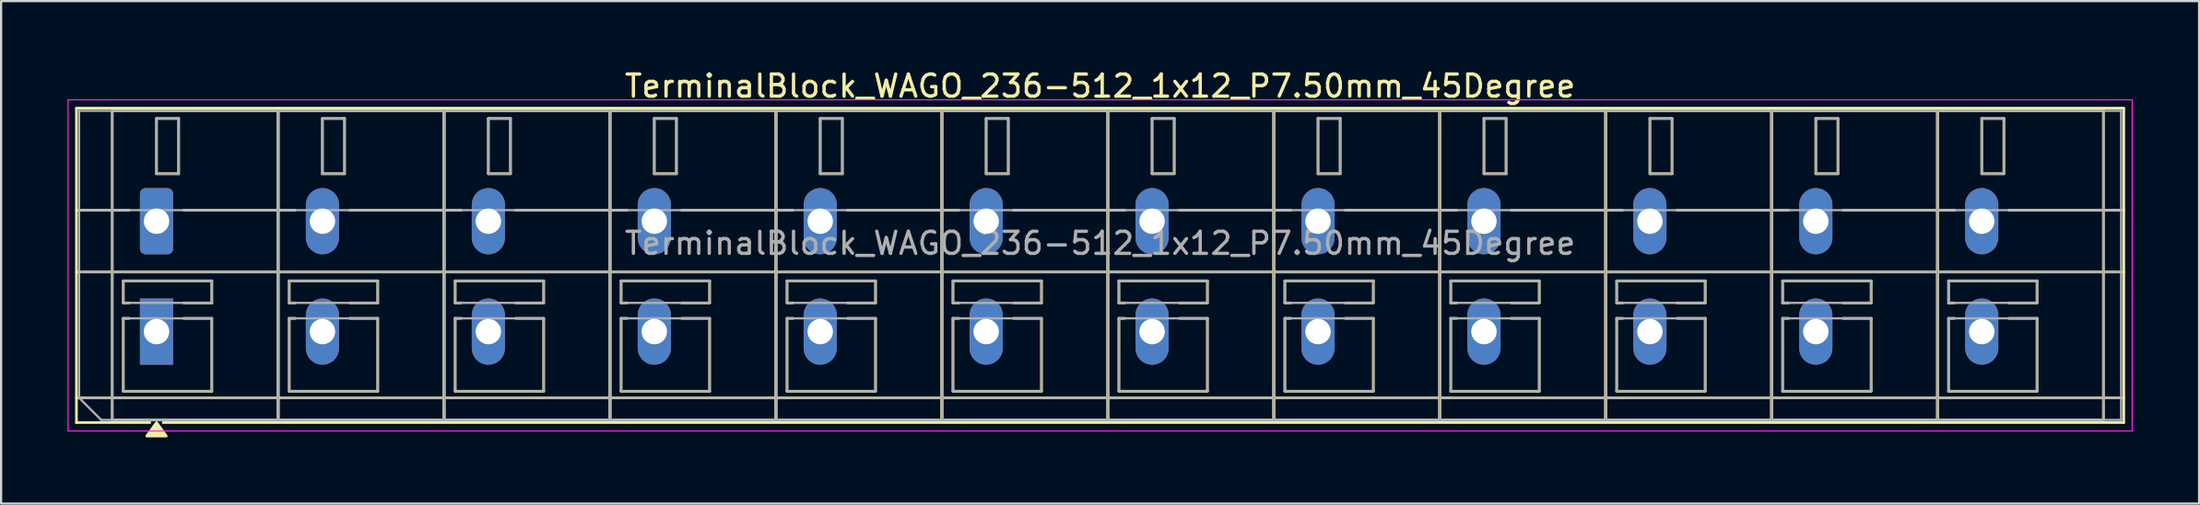
<source format=kicad_pcb>
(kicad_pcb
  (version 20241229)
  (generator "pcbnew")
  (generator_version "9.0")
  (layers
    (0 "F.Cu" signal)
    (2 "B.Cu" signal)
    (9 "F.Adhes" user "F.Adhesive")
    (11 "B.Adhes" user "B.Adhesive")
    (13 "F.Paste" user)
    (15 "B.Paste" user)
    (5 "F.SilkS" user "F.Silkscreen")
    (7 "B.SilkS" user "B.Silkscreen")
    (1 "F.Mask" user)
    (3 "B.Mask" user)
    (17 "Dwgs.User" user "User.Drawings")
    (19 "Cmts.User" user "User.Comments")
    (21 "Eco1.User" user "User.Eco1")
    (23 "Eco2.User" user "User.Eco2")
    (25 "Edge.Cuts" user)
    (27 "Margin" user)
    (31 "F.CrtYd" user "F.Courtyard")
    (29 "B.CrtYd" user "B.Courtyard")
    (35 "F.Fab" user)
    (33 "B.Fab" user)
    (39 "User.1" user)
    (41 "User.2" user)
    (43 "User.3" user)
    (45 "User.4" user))
  (footprint "TerminalBlock_WAGO_236-512_1x12_P7.50mm_45Degree"
    (layer "F.Cu")
    (at 4.025 6.968)
    (property "Reference" "TerminalBlock_WAGO_236-512_1x12_P7.50mm_45Degree" (at 42.65 -6.12 0) (layer "F.SilkS") (effects (font (size 1 1) (thickness 0.15))))
    (attr through_hole)
    (fp_line (start -3.62 -5.12) (end -3.62 9.12) (stroke (width 0.12) (type solid)) (layer "F.SilkS"))
    (fp_line (start -3.62 -5.12) (end 88.92 -5.12) (stroke (width 0.12) (type solid)) (layer "F.SilkS"))
    (fp_line (start -3.62 -0.5) (end -1.23 -0.5) (stroke (width 0.12) (type solid)) (layer "F.SilkS"))
    (fp_line (start -3.62 2.3) (end 88.92 2.3) (stroke (width 0.12) (type solid)) (layer "F.SilkS"))
    (fp_line (start -3.62 8) (end 88.92 8) (stroke (width 0.12) (type solid)) (layer "F.SilkS"))
    (fp_line (start -3.62 9.12) (end -0.3 9.12) (stroke (width 0.12) (type solid)) (layer "F.SilkS"))
    (fp_line (start -2 -5) (end -2 9) (stroke (width 0.12) (type solid)) (layer "F.SilkS"))
    (fp_line (start -2 -5) (end 5.5 -5) (stroke (width 0.12) (type solid)) (layer "F.SilkS"))
    (fp_line (start -2 9) (end 5.5 9) (stroke (width 0.12) (type solid)) (layer "F.SilkS"))
    (fp_line (start -1.5 2.7) (end -1.5 3.7) (stroke (width 0.12) (type solid)) (layer "F.SilkS"))
    (fp_line (start -1.5 2.7) (end 2.5 2.7) (stroke (width 0.12) (type solid)) (layer "F.SilkS"))
    (fp_line (start -1.5 3.7) (end -1.23 3.7) (stroke (width 0.12) (type solid)) (layer "F.SilkS"))
    (fp_line (start -1.5 4.4) (end -1.5 7.7) (stroke (width 0.12) (type solid)) (layer "F.SilkS"))
    (fp_line (start -1.5 4.4) (end -1.23 4.4) (stroke (width 0.12) (type solid)) (layer "F.SilkS"))
    (fp_line (start -1.5 7.7) (end 2.5 7.7) (stroke (width 0.12) (type solid)) (layer "F.SilkS"))
    (fp_line (start 0 -4.65) (end 0 -2.15) (stroke (width 0.12) (type solid)) (layer "F.SilkS"))
    (fp_line (start 0 -4.65) (end 1 -4.65) (stroke (width 0.12) (type solid)) (layer "F.SilkS"))
    (fp_line (start 0 -2.15) (end 1 -2.15) (stroke (width 0.12) (type solid)) (layer "F.SilkS"))
    (fp_line (start 0.3 9.12) (end 88.92 9.12) (stroke (width 0.12) (type solid)) (layer "F.SilkS"))
    (fp_line (start 1 -4.65) (end 1 -2.15) (stroke (width 0.12) (type solid)) (layer "F.SilkS"))
    (fp_line (start 1.23 -0.5) (end 6.27 -0.5) (stroke (width 0.12) (type solid)) (layer "F.SilkS"))
    (fp_line (start 1.23 3.7) (end 2.5 3.7) (stroke (width 0.12) (type solid)) (layer "F.SilkS"))
    (fp_line (start 1.23 4.4) (end 2.5 4.4) (stroke (width 0.12) (type solid)) (layer "F.SilkS"))
    (fp_line (start 2.5 2.7) (end 2.5 3.7) (stroke (width 0.12) (type solid)) (layer "F.SilkS"))
    (fp_line (start 2.5 4.4) (end 2.5 7.7) (stroke (width 0.12) (type solid)) (layer "F.SilkS"))
    (fp_line (start 5.5 -5) (end 5.5 9) (stroke (width 0.12) (type solid)) (layer "F.SilkS"))
    (fp_line (start 5.5 -5) (end 5.5 9) (stroke (width 0.12) (type solid)) (layer "F.SilkS"))
    (fp_line (start 5.5 -5) (end 13 -5) (stroke (width 0.12) (type solid)) (layer "F.SilkS"))
    (fp_line (start 5.5 9) (end 13 9) (stroke (width 0.12) (type solid)) (layer "F.SilkS"))
    (fp_line (start 6 2.7) (end 6 3.7) (stroke (width 0.12) (type solid)) (layer "F.SilkS"))
    (fp_line (start 6 2.7) (end 10 2.7) (stroke (width 0.12) (type solid)) (layer "F.SilkS"))
    (fp_line (start 6 3.7) (end 6.27 3.7) (stroke (width 0.12) (type solid)) (layer "F.SilkS"))
    (fp_line (start 6 4.4) (end 6 7.7) (stroke (width 0.12) (type solid)) (layer "F.SilkS"))
    (fp_line (start 6 4.4) (end 6.27 4.4) (stroke (width 0.12) (type solid)) (layer "F.SilkS"))
    (fp_line (start 6 7.7) (end 10 7.7) (stroke (width 0.12) (type solid)) (layer "F.SilkS"))
    (fp_line (start 7.5 -4.65) (end 7.5 -2.15) (stroke (width 0.12) (type solid)) (layer "F.SilkS"))
    (fp_line (start 7.5 -4.65) (end 8.5 -4.65) (stroke (width 0.12) (type solid)) (layer "F.SilkS"))
    (fp_line (start 7.5 -2.15) (end 8.5 -2.15) (stroke (width 0.12) (type solid)) (layer "F.SilkS"))
    (fp_line (start 8.5 -4.65) (end 8.5 -2.15) (stroke (width 0.12) (type solid)) (layer "F.SilkS"))
    (fp_line (start 8.73 -0.5) (end 13.77 -0.5) (stroke (width 0.12) (type solid)) (layer "F.SilkS"))
    (fp_line (start 8.73 3.7) (end 10 3.7) (stroke (width 0.12) (type solid)) (layer "F.SilkS"))
    (fp_line (start 8.73 4.4) (end 10 4.4) (stroke (width 0.12) (type solid)) (layer "F.SilkS"))
    (fp_line (start 10 2.7) (end 10 3.7) (stroke (width 0.12) (type solid)) (layer "F.SilkS"))
    (fp_line (start 10 4.4) (end 10 7.7) (stroke (width 0.12) (type solid)) (layer "F.SilkS"))
    (fp_line (start 13 -5) (end 13 9) (stroke (width 0.12) (type solid)) (layer "F.SilkS"))
    (fp_line (start 13 -5) (end 13 9) (stroke (width 0.12) (type solid)) (layer "F.SilkS"))
    (fp_line (start 13 -5) (end 20.5 -5) (stroke (width 0.12) (type solid)) (layer "F.SilkS"))
    (fp_line (start 13 9) (end 20.5 9) (stroke (width 0.12) (type solid)) (layer "F.SilkS"))
    (fp_line (start 13.5 2.7) (end 13.5 3.7) (stroke (width 0.12) (type solid)) (layer "F.SilkS"))
    (fp_line (start 13.5 2.7) (end 17.5 2.7) (stroke (width 0.12) (type solid)) (layer "F.SilkS"))
    (fp_line (start 13.5 3.7) (end 13.77 3.7) (stroke (width 0.12) (type solid)) (layer "F.SilkS"))
    (fp_line (start 13.5 4.4) (end 13.5 7.7) (stroke (width 0.12) (type solid)) (layer "F.SilkS"))
    (fp_line (start 13.5 4.4) (end 13.77 4.4) (stroke (width 0.12) (type solid)) (layer "F.SilkS"))
    (fp_line (start 13.5 7.7) (end 17.5 7.7) (stroke (width 0.12) (type solid)) (layer "F.SilkS"))
    (fp_line (start 15 -4.65) (end 15 -2.15) (stroke (width 0.12) (type solid)) (layer "F.SilkS"))
    (fp_line (start 15 -4.65) (end 16 -4.65) (stroke (width 0.12) (type solid)) (layer "F.SilkS"))
    (fp_line (start 15 -2.15) (end 16 -2.15) (stroke (width 0.12) (type solid)) (layer "F.SilkS"))
    (fp_line (start 16 -4.65) (end 16 -2.15) (stroke (width 0.12) (type solid)) (layer "F.SilkS"))
    (fp_line (start 16.23 -0.5) (end 21.27 -0.5) (stroke (width 0.12) (type solid)) (layer "F.SilkS"))
    (fp_line (start 16.23 3.7) (end 17.5 3.7) (stroke (width 0.12) (type solid)) (layer "F.SilkS"))
    (fp_line (start 16.23 4.4) (end 17.5 4.4) (stroke (width 0.12) (type solid)) (layer "F.SilkS"))
    (fp_line (start 17.5 2.7) (end 17.5 3.7) (stroke (width 0.12) (type solid)) (layer "F.SilkS"))
    (fp_line (start 17.5 4.4) (end 17.5 7.7) (stroke (width 0.12) (type solid)) (layer "F.SilkS"))
    (fp_line (start 20.5 -5) (end 20.5 9) (stroke (width 0.12) (type solid)) (layer "F.SilkS"))
    (fp_line (start 20.5 -5) (end 20.5 9) (stroke (width 0.12) (type solid)) (layer "F.SilkS"))
    (fp_line (start 20.5 -5) (end 28 -5) (stroke (width 0.12) (type solid)) (layer "F.SilkS"))
    (fp_line (start 20.5 9) (end 28 9) (stroke (width 0.12) (type solid)) (layer "F.SilkS"))
    (fp_line (start 21 2.7) (end 21 3.7) (stroke (width 0.12) (type solid)) (layer "F.SilkS"))
    (fp_line (start 21 2.7) (end 25 2.7) (stroke (width 0.12) (type solid)) (layer "F.SilkS"))
    (fp_line (start 21 3.7) (end 21.27 3.7) (stroke (width 0.12) (type solid)) (layer "F.SilkS"))
    (fp_line (start 21 4.4) (end 21 7.7) (stroke (width 0.12) (type solid)) (layer "F.SilkS"))
    (fp_line (start 21 4.4) (end 21.27 4.4) (stroke (width 0.12) (type solid)) (layer "F.SilkS"))
    (fp_line (start 21 7.7) (end 25 7.7) (stroke (width 0.12) (type solid)) (layer "F.SilkS"))
    (fp_line (start 22.5 -4.65) (end 22.5 -2.15) (stroke (width 0.12) (type solid)) (layer "F.SilkS"))
    (fp_line (start 22.5 -4.65) (end 23.5 -4.65) (stroke (width 0.12) (type solid)) (layer "F.SilkS"))
    (fp_line (start 22.5 -2.15) (end 23.5 -2.15) (stroke (width 0.12) (type solid)) (layer "F.SilkS"))
    (fp_line (start 23.5 -4.65) (end 23.5 -2.15) (stroke (width 0.12) (type solid)) (layer "F.SilkS"))
    (fp_line (start 23.73 -0.5) (end 28.77 -0.5) (stroke (width 0.12) (type solid)) (layer "F.SilkS"))
    (fp_line (start 23.73 3.7) (end 25 3.7) (stroke (width 0.12) (type solid)) (layer "F.SilkS"))
    (fp_line (start 23.73 4.4) (end 25 4.4) (stroke (width 0.12) (type solid)) (layer "F.SilkS"))
    (fp_line (start 25 2.7) (end 25 3.7) (stroke (width 0.12) (type solid)) (layer "F.SilkS"))
    (fp_line (start 25 4.4) (end 25 7.7) (stroke (width 0.12) (type solid)) (layer "F.SilkS"))
    (fp_line (start 28 -5) (end 28 9) (stroke (width 0.12) (type solid)) (layer "F.SilkS"))
    (fp_line (start 28 -5) (end 28 9) (stroke (width 0.12) (type solid)) (layer "F.SilkS"))
    (fp_line (start 28 -5) (end 35.5 -5) (stroke (width 0.12) (type solid)) (layer "F.SilkS"))
    (fp_line (start 28 9) (end 35.5 9) (stroke (width 0.12) (type solid)) (layer "F.SilkS"))
    (fp_line (start 28.5 2.7) (end 28.5 3.7) (stroke (width 0.12) (type solid)) (layer "F.SilkS"))
    (fp_line (start 28.5 2.7) (end 32.5 2.7) (stroke (width 0.12) (type solid)) (layer "F.SilkS"))
    (fp_line (start 28.5 3.7) (end 28.77 3.7) (stroke (width 0.12) (type solid)) (layer "F.SilkS"))
    (fp_line (start 28.5 4.4) (end 28.5 7.7) (stroke (width 0.12) (type solid)) (layer "F.SilkS"))
    (fp_line (start 28.5 4.4) (end 28.77 4.4) (stroke (width 0.12) (type solid)) (layer "F.SilkS"))
    (fp_line (start 28.5 7.7) (end 32.5 7.7) (stroke (width 0.12) (type solid)) (layer "F.SilkS"))
    (fp_line (start 30 -4.65) (end 30 -2.15) (stroke (width 0.12) (type solid)) (layer "F.SilkS"))
    (fp_line (start 30 -4.65) (end 31 -4.65) (stroke (width 0.12) (type solid)) (layer "F.SilkS"))
    (fp_line (start 30 -2.15) (end 31 -2.15) (stroke (width 0.12) (type solid)) (layer "F.SilkS"))
    (fp_line (start 31 -4.65) (end 31 -2.15) (stroke (width 0.12) (type solid)) (layer "F.SilkS"))
    (fp_line (start 31.23 -0.5) (end 36.27 -0.5) (stroke (width 0.12) (type solid)) (layer "F.SilkS"))
    (fp_line (start 31.23 3.7) (end 32.5 3.7) (stroke (width 0.12) (type solid)) (layer "F.SilkS"))
    (fp_line (start 31.23 4.4) (end 32.5 4.4) (stroke (width 0.12) (type solid)) (layer "F.SilkS"))
    (fp_line (start 32.5 2.7) (end 32.5 3.7) (stroke (width 0.12) (type solid)) (layer "F.SilkS"))
    (fp_line (start 32.5 4.4) (end 32.5 7.7) (stroke (width 0.12) (type solid)) (layer "F.SilkS"))
    (fp_line (start 35.5 -5) (end 35.5 9) (stroke (width 0.12) (type solid)) (layer "F.SilkS"))
    (fp_line (start 35.5 -5) (end 35.5 9) (stroke (width 0.12) (type solid)) (layer "F.SilkS"))
    (fp_line (start 35.5 -5) (end 43 -5) (stroke (width 0.12) (type solid)) (layer "F.SilkS"))
    (fp_line (start 35.5 9) (end 43 9) (stroke (width 0.12) (type solid)) (layer "F.SilkS"))
    (fp_line (start 36 2.7) (end 36 3.7) (stroke (width 0.12) (type solid)) (layer "F.SilkS"))
    (fp_line (start 36 2.7) (end 40 2.7) (stroke (width 0.12) (type solid)) (layer "F.SilkS"))
    (fp_line (start 36 3.7) (end 36.27 3.7) (stroke (width 0.12) (type solid)) (layer "F.SilkS"))
    (fp_line (start 36 4.4) (end 36 7.7) (stroke (width 0.12) (type solid)) (layer "F.SilkS"))
    (fp_line (start 36 4.4) (end 36.27 4.4) (stroke (width 0.12) (type solid)) (layer "F.SilkS"))
    (fp_line (start 36 7.7) (end 40 7.7) (stroke (width 0.12) (type solid)) (layer "F.SilkS"))
    (fp_line (start 37.5 -4.65) (end 37.5 -2.15) (stroke (width 0.12) (type solid)) (layer "F.SilkS"))
    (fp_line (start 37.5 -4.65) (end 38.5 -4.65) (stroke (width 0.12) (type solid)) (layer "F.SilkS"))
    (fp_line (start 37.5 -2.15) (end 38.5 -2.15) (stroke (width 0.12) (type solid)) (layer "F.SilkS"))
    (fp_line (start 38.5 -4.65) (end 38.5 -2.15) (stroke (width 0.12) (type solid)) (layer "F.SilkS"))
    (fp_line (start 38.73 -0.5) (end 43.77 -0.5) (stroke (width 0.12) (type solid)) (layer "F.SilkS"))
    (fp_line (start 38.73 3.7) (end 40 3.7) (stroke (width 0.12) (type solid)) (layer "F.SilkS"))
    (fp_line (start 38.73 4.4) (end 40 4.4) (stroke (width 0.12) (type solid)) (layer "F.SilkS"))
    (fp_line (start 40 2.7) (end 40 3.7) (stroke (width 0.12) (type solid)) (layer "F.SilkS"))
    (fp_line (start 40 4.4) (end 40 7.7) (stroke (width 0.12) (type solid)) (layer "F.SilkS"))
    (fp_line (start 43 -5) (end 43 9) (stroke (width 0.12) (type solid)) (layer "F.SilkS"))
    (fp_line (start 43 -5) (end 43 9) (stroke (width 0.12) (type solid)) (layer "F.SilkS"))
    (fp_line (start 43 -5) (end 50.5 -5) (stroke (width 0.12) (type solid)) (layer "F.SilkS"))
    (fp_line (start 43 9) (end 50.5 9) (stroke (width 0.12) (type solid)) (layer "F.SilkS"))
    (fp_line (start 43.5 2.7) (end 43.5 3.7) (stroke (width 0.12) (type solid)) (layer "F.SilkS"))
    (fp_line (start 43.5 2.7) (end 47.5 2.7) (stroke (width 0.12) (type solid)) (layer "F.SilkS"))
    (fp_line (start 43.5 3.7) (end 43.77 3.7) (stroke (width 0.12) (type solid)) (layer "F.SilkS"))
    (fp_line (start 43.5 4.4) (end 43.5 7.7) (stroke (width 0.12) (type solid)) (layer "F.SilkS"))
    (fp_line (start 43.5 4.4) (end 43.77 4.4) (stroke (width 0.12) (type solid)) (layer "F.SilkS"))
    (fp_line (start 43.5 7.7) (end 47.5 7.7) (stroke (width 0.12) (type solid)) (layer "F.SilkS"))
    (fp_line (start 45 -4.65) (end 45 -2.15) (stroke (width 0.12) (type solid)) (layer "F.SilkS"))
    (fp_line (start 45 -4.65) (end 46 -4.65) (stroke (width 0.12) (type solid)) (layer "F.SilkS"))
    (fp_line (start 45 -2.15) (end 46 -2.15) (stroke (width 0.12) (type solid)) (layer "F.SilkS"))
    (fp_line (start 46 -4.65) (end 46 -2.15) (stroke (width 0.12) (type solid)) (layer "F.SilkS"))
    (fp_line (start 46.23 -0.5) (end 51.27 -0.5) (stroke (width 0.12) (type solid)) (layer "F.SilkS"))
    (fp_line (start 46.23 3.7) (end 47.5 3.7) (stroke (width 0.12) (type solid)) (layer "F.SilkS"))
    (fp_line (start 46.23 4.4) (end 47.5 4.4) (stroke (width 0.12) (type solid)) (layer "F.SilkS"))
    (fp_line (start 47.5 2.7) (end 47.5 3.7) (stroke (width 0.12) (type solid)) (layer "F.SilkS"))
    (fp_line (start 47.5 4.4) (end 47.5 7.7) (stroke (width 0.12) (type solid)) (layer "F.SilkS"))
    (fp_line (start 50.5 -5) (end 50.5 9) (stroke (width 0.12) (type solid)) (layer "F.SilkS"))
    (fp_line (start 50.5 -5) (end 50.5 9) (stroke (width 0.12) (type solid)) (layer "F.SilkS"))
    (fp_line (start 50.5 -5) (end 58 -5) (stroke (width 0.12) (type solid)) (layer "F.SilkS"))
    (fp_line (start 50.5 9) (end 58 9) (stroke (width 0.12) (type solid)) (layer "F.SilkS"))
    (fp_line (start 51 2.7) (end 51 3.7) (stroke (width 0.12) (type solid)) (layer "F.SilkS"))
    (fp_line (start 51 2.7) (end 55 2.7) (stroke (width 0.12) (type solid)) (layer "F.SilkS"))
    (fp_line (start 51 3.7) (end 51.27 3.7) (stroke (width 0.12) (type solid)) (layer "F.SilkS"))
    (fp_line (start 51 4.4) (end 51 7.7) (stroke (width 0.12) (type solid)) (layer "F.SilkS"))
    (fp_line (start 51 4.4) (end 51.27 4.4) (stroke (width 0.12) (type solid)) (layer "F.SilkS"))
    (fp_line (start 51 7.7) (end 55 7.7) (stroke (width 0.12) (type solid)) (layer "F.SilkS"))
    (fp_line (start 52.5 -4.65) (end 52.5 -2.15) (stroke (width 0.12) (type solid)) (layer "F.SilkS"))
    (fp_line (start 52.5 -4.65) (end 53.5 -4.65) (stroke (width 0.12) (type solid)) (layer "F.SilkS"))
    (fp_line (start 52.5 -2.15) (end 53.5 -2.15) (stroke (width 0.12) (type solid)) (layer "F.SilkS"))
    (fp_line (start 53.5 -4.65) (end 53.5 -2.15) (stroke (width 0.12) (type solid)) (layer "F.SilkS"))
    (fp_line (start 53.73 -0.5) (end 58.77 -0.5) (stroke (width 0.12) (type solid)) (layer "F.SilkS"))
    (fp_line (start 53.73 3.7) (end 55 3.7) (stroke (width 0.12) (type solid)) (layer "F.SilkS"))
    (fp_line (start 53.73 4.4) (end 55 4.4) (stroke (width 0.12) (type solid)) (layer "F.SilkS"))
    (fp_line (start 55 2.7) (end 55 3.7) (stroke (width 0.12) (type solid)) (layer "F.SilkS"))
    (fp_line (start 55 4.4) (end 55 7.7) (stroke (width 0.12) (type solid)) (layer "F.SilkS"))
    (fp_line (start 58 -5) (end 58 9) (stroke (width 0.12) (type solid)) (layer "F.SilkS"))
    (fp_line (start 58 -5) (end 58 9) (stroke (width 0.12) (type solid)) (layer "F.SilkS"))
    (fp_line (start 58 -5) (end 65.5 -5) (stroke (width 0.12) (type solid)) (layer "F.SilkS"))
    (fp_line (start 58 9) (end 65.5 9) (stroke (width 0.12) (type solid)) (layer "F.SilkS"))
    (fp_line (start 58.5 2.7) (end 58.5 3.7) (stroke (width 0.12) (type solid)) (layer "F.SilkS"))
    (fp_line (start 58.5 2.7) (end 62.5 2.7) (stroke (width 0.12) (type solid)) (layer "F.SilkS"))
    (fp_line (start 58.5 3.7) (end 58.77 3.7) (stroke (width 0.12) (type solid)) (layer "F.SilkS"))
    (fp_line (start 58.5 4.4) (end 58.5 7.7) (stroke (width 0.12) (type solid)) (layer "F.SilkS"))
    (fp_line (start 58.5 4.4) (end 58.77 4.4) (stroke (width 0.12) (type solid)) (layer "F.SilkS"))
    (fp_line (start 58.5 7.7) (end 62.5 7.7) (stroke (width 0.12) (type solid)) (layer "F.SilkS"))
    (fp_line (start 60 -4.65) (end 60 -2.15) (stroke (width 0.12) (type solid)) (layer "F.SilkS"))
    (fp_line (start 60 -4.65) (end 61 -4.65) (stroke (width 0.12) (type solid)) (layer "F.SilkS"))
    (fp_line (start 60 -2.15) (end 61 -2.15) (stroke (width 0.12) (type solid)) (layer "F.SilkS"))
    (fp_line (start 61 -4.65) (end 61 -2.15) (stroke (width 0.12) (type solid)) (layer "F.SilkS"))
    (fp_line (start 61.23 -0.5) (end 66.27 -0.5) (stroke (width 0.12) (type solid)) (layer "F.SilkS"))
    (fp_line (start 61.23 3.7) (end 62.5 3.7) (stroke (width 0.12) (type solid)) (layer "F.SilkS"))
    (fp_line (start 61.23 4.4) (end 62.5 4.4) (stroke (width 0.12) (type solid)) (layer "F.SilkS"))
    (fp_line (start 62.5 2.7) (end 62.5 3.7) (stroke (width 0.12) (type solid)) (layer "F.SilkS"))
    (fp_line (start 62.5 4.4) (end 62.5 7.7) (stroke (width 0.12) (type solid)) (layer "F.SilkS"))
    (fp_line (start 65.5 -5) (end 65.5 9) (stroke (width 0.12) (type solid)) (layer "F.SilkS"))
    (fp_line (start 65.5 -5) (end 65.5 9) (stroke (width 0.12) (type solid)) (layer "F.SilkS"))
    (fp_line (start 65.5 -5) (end 73 -5) (stroke (width 0.12) (type solid)) (layer "F.SilkS"))
    (fp_line (start 65.5 9) (end 73 9) (stroke (width 0.12) (type solid)) (layer "F.SilkS"))
    (fp_line (start 66 2.7) (end 66 3.7) (stroke (width 0.12) (type solid)) (layer "F.SilkS"))
    (fp_line (start 66 2.7) (end 70 2.7) (stroke (width 0.12) (type solid)) (layer "F.SilkS"))
    (fp_line (start 66 3.7) (end 66.27 3.7) (stroke (width 0.12) (type solid)) (layer "F.SilkS"))
    (fp_line (start 66 4.4) (end 66 7.7) (stroke (width 0.12) (type solid)) (layer "F.SilkS"))
    (fp_line (start 66 4.4) (end 66.27 4.4) (stroke (width 0.12) (type solid)) (layer "F.SilkS"))
    (fp_line (start 66 7.7) (end 70 7.7) (stroke (width 0.12) (type solid)) (layer "F.SilkS"))
    (fp_line (start 67.5 -4.65) (end 67.5 -2.15) (stroke (width 0.12) (type solid)) (layer "F.SilkS"))
    (fp_line (start 67.5 -4.65) (end 68.5 -4.65) (stroke (width 0.12) (type solid)) (layer "F.SilkS"))
    (fp_line (start 67.5 -2.15) (end 68.5 -2.15) (stroke (width 0.12) (type solid)) (layer "F.SilkS"))
    (fp_line (start 68.5 -4.65) (end 68.5 -2.15) (stroke (width 0.12) (type solid)) (layer "F.SilkS"))
    (fp_line (start 68.73 -0.5) (end 73.77 -0.5) (stroke (width 0.12) (type solid)) (layer "F.SilkS"))
    (fp_line (start 68.73 3.7) (end 70 3.7) (stroke (width 0.12) (type solid)) (layer "F.SilkS"))
    (fp_line (start 68.73 4.4) (end 70 4.4) (stroke (width 0.12) (type solid)) (layer "F.SilkS"))
    (fp_line (start 70 2.7) (end 70 3.7) (stroke (width 0.12) (type solid)) (layer "F.SilkS"))
    (fp_line (start 70 4.4) (end 70 7.7) (stroke (width 0.12) (type solid)) (layer "F.SilkS"))
    (fp_line (start 73 -5) (end 73 9) (stroke (width 0.12) (type solid)) (layer "F.SilkS"))
    (fp_line (start 73 -5) (end 73 9) (stroke (width 0.12) (type solid)) (layer "F.SilkS"))
    (fp_line (start 73 -5) (end 80.5 -5) (stroke (width 0.12) (type solid)) (layer "F.SilkS"))
    (fp_line (start 73 9) (end 80.5 9) (stroke (width 0.12) (type solid)) (layer "F.SilkS"))
    (fp_line (start 73.5 2.7) (end 73.5 3.7) (stroke (width 0.12) (type solid)) (layer "F.SilkS"))
    (fp_line (start 73.5 2.7) (end 77.5 2.7) (stroke (width 0.12) (type solid)) (layer "F.SilkS"))
    (fp_line (start 73.5 3.7) (end 73.77 3.7) (stroke (width 0.12) (type solid)) (layer "F.SilkS"))
    (fp_line (start 73.5 4.4) (end 73.5 7.7) (stroke (width 0.12) (type solid)) (layer "F.SilkS"))
    (fp_line (start 73.5 4.4) (end 73.77 4.4) (stroke (width 0.12) (type solid)) (layer "F.SilkS"))
    (fp_line (start 73.5 7.7) (end 77.5 7.7) (stroke (width 0.12) (type solid)) (layer "F.SilkS"))
    (fp_line (start 75 -4.65) (end 75 -2.15) (stroke (width 0.12) (type solid)) (layer "F.SilkS"))
    (fp_line (start 75 -4.65) (end 76 -4.65) (stroke (width 0.12) (type solid)) (layer "F.SilkS"))
    (fp_line (start 75 -2.15) (end 76 -2.15) (stroke (width 0.12) (type solid)) (layer "F.SilkS"))
    (fp_line (start 76 -4.65) (end 76 -2.15) (stroke (width 0.12) (type solid)) (layer "F.SilkS"))
    (fp_line (start 76.23 -0.5) (end 81.27 -0.5) (stroke (width 0.12) (type solid)) (layer "F.SilkS"))
    (fp_line (start 76.23 3.7) (end 77.5 3.7) (stroke (width 0.12) (type solid)) (layer "F.SilkS"))
    (fp_line (start 76.23 4.4) (end 77.5 4.4) (stroke (width 0.12) (type solid)) (layer "F.SilkS"))
    (fp_line (start 77.5 2.7) (end 77.5 3.7) (stroke (width 0.12) (type solid)) (layer "F.SilkS"))
    (fp_line (start 77.5 4.4) (end 77.5 7.7) (stroke (width 0.12) (type solid)) (layer "F.SilkS"))
    (fp_line (start 80.5 -5) (end 80.5 9) (stroke (width 0.12) (type solid)) (layer "F.SilkS"))
    (fp_line (start 80.5 -5) (end 80.5 9) (stroke (width 0.12) (type solid)) (layer "F.SilkS"))
    (fp_line (start 80.5 -5) (end 88 -5) (stroke (width 0.12) (type solid)) (layer "F.SilkS"))
    (fp_line (start 80.5 9) (end 88 9) (stroke (width 0.12) (type solid)) (layer "F.SilkS"))
    (fp_line (start 81 2.7) (end 81 3.7) (stroke (width 0.12) (type solid)) (layer "F.SilkS"))
    (fp_line (start 81 2.7) (end 85 2.7) (stroke (width 0.12) (type solid)) (layer "F.SilkS"))
    (fp_line (start 81 3.7) (end 81.27 3.7) (stroke (width 0.12) (type solid)) (layer "F.SilkS"))
    (fp_line (start 81 4.4) (end 81 7.7) (stroke (width 0.12) (type solid)) (layer "F.SilkS"))
    (fp_line (start 81 4.4) (end 81.27 4.4) (stroke (width 0.12) (type solid)) (layer "F.SilkS"))
    (fp_line (start 81 7.7) (end 85 7.7) (stroke (width 0.12) (type solid)) (layer "F.SilkS"))
    (fp_line (start 82.5 -4.65) (end 82.5 -2.15) (stroke (width 0.12) (type solid)) (layer "F.SilkS"))
    (fp_line (start 82.5 -4.65) (end 83.5 -4.65) (stroke (width 0.12) (type solid)) (layer "F.SilkS"))
    (fp_line (start 82.5 -2.15) (end 83.5 -2.15) (stroke (width 0.12) (type solid)) (layer "F.SilkS"))
    (fp_line (start 83.5 -4.65) (end 83.5 -2.15) (stroke (width 0.12) (type solid)) (layer "F.SilkS"))
    (fp_line (start 83.73 -0.5) (end 88.92 -0.5) (stroke (width 0.12) (type solid)) (layer "F.SilkS"))
    (fp_line (start 83.73 3.7) (end 85 3.7) (stroke (width 0.12) (type solid)) (layer "F.SilkS"))
    (fp_line (start 83.73 4.4) (end 85 4.4) (stroke (width 0.12) (type solid)) (layer "F.SilkS"))
    (fp_line (start 85 2.7) (end 85 3.7) (stroke (width 0.12) (type solid)) (layer "F.SilkS"))
    (fp_line (start 85 4.4) (end 85 7.7) (stroke (width 0.12) (type solid)) (layer "F.SilkS"))
    (fp_line (start 88 -5) (end 88 9) (stroke (width 0.12) (type solid)) (layer "F.SilkS"))
    (fp_line (start 88.92 -5.12) (end 88.92 9.12) (stroke (width 0.12) (type solid)) (layer "F.SilkS"))
    (fp_poly (pts (xy 0 9.12) (xy 0.44 9.73) (xy -0.44 9.73)) (stroke (width 0.12) (type solid)) (fill yes) (layer "F.SilkS"))
    (fp_line (start -4 -5.5) (end -4 9.5) (stroke (width 0.05) (type solid)) (layer "F.CrtYd"))
    (fp_line (start -4 9.5) (end 89.3 9.5) (stroke (width 0.05) (type solid)) (layer "F.CrtYd"))
    (fp_line (start 89.3 -5.5) (end -4 -5.5) (stroke (width 0.05) (type solid)) (layer "F.CrtYd"))
    (fp_line (start 89.3 9.5) (end 89.3 -5.5) (stroke (width 0.05) (type solid)) (layer "F.CrtYd"))
    (fp_line (start -3.5 -5) (end 88.8 -5) (stroke (width 0.1) (type solid)) (layer "F.Fab"))
    (fp_line (start -3.5 -0.5) (end 88.8 -0.5) (stroke (width 0.1) (type solid)) (layer "F.Fab"))
    (fp_line (start -3.5 2.3) (end 88.8 2.3) (stroke (width 0.1) (type solid)) (layer "F.Fab"))
    (fp_line (start -3.5 8) (end -3.5 -5) (stroke (width 0.1) (type solid)) (layer "F.Fab"))
    (fp_line (start -3.5 8) (end 88.8 8) (stroke (width 0.1) (type solid)) (layer "F.Fab"))
    (fp_line (start -2.5 9) (end -3.5 8) (stroke (width 0.1) (type solid)) (layer "F.Fab"))
    (fp_line (start -2 -5) (end -2 9) (stroke (width 0.1) (type solid)) (layer "F.Fab"))
    (fp_line (start -2 9) (end 5.5 9) (stroke (width 0.1) (type solid)) (layer "F.Fab"))
    (fp_line (start -1.5 2.7) (end -1.5 3.7) (stroke (width 0.1) (type solid)) (layer "F.Fab"))
    (fp_line (start -1.5 3.7) (end 2.5 3.7) (stroke (width 0.1) (type solid)) (layer "F.Fab"))
    (fp_line (start -1.5 4.4) (end -1.5 7.7) (stroke (width 0.1) (type solid)) (layer "F.Fab"))
    (fp_line (start -1.5 7.7) (end 2.5 7.7) (stroke (width 0.1) (type solid)) (layer "F.Fab"))
    (fp_line (start 0 -4.65) (end 0 -2.15) (stroke (width 0.1) (type solid)) (layer "F.Fab"))
    (fp_line (start 0 -2.15) (end 1 -2.15) (stroke (width 0.1) (type solid)) (layer "F.Fab"))
    (fp_line (start 1 -4.65) (end 0 -4.65) (stroke (width 0.1) (type solid)) (layer "F.Fab"))
    (fp_line (start 1 -2.15) (end 1 -4.65) (stroke (width 0.1) (type solid)) (layer "F.Fab"))
    (fp_line (start 2.5 2.7) (end -1.5 2.7) (stroke (width 0.1) (type solid)) (layer "F.Fab"))
    (fp_line (start 2.5 3.7) (end 2.5 2.7) (stroke (width 0.1) (type solid)) (layer "F.Fab"))
    (fp_line (start 2.5 4.4) (end -1.5 4.4) (stroke (width 0.1) (type solid)) (layer "F.Fab"))
    (fp_line (start 2.5 7.7) (end 2.5 4.4) (stroke (width 0.1) (type solid)) (layer "F.Fab"))
    (fp_line (start 5.5 -5) (end -2 -5) (stroke (width 0.1) (type solid)) (layer "F.Fab"))
    (fp_line (start 5.5 -5) (end 5.5 9) (stroke (width 0.1) (type solid)) (layer "F.Fab"))
    (fp_line (start 5.5 9) (end 5.5 -5) (stroke (width 0.1) (type solid)) (layer "F.Fab"))
    (fp_line (start 5.5 9) (end 13 9) (stroke (width 0.1) (type solid)) (layer "F.Fab"))
    (fp_line (start 6 2.7) (end 6 3.7) (stroke (width 0.1) (type solid)) (layer "F.Fab"))
    (fp_line (start 6 3.7) (end 10 3.7) (stroke (width 0.1) (type solid)) (layer "F.Fab"))
    (fp_line (start 6 4.4) (end 6 7.7) (stroke (width 0.1) (type solid)) (layer "F.Fab"))
    (fp_line (start 6 7.7) (end 10 7.7) (stroke (width 0.1) (type solid)) (layer "F.Fab"))
    (fp_line (start 7.5 -4.65) (end 7.5 -2.15) (stroke (width 0.1) (type solid)) (layer "F.Fab"))
    (fp_line (start 7.5 -2.15) (end 8.5 -2.15) (stroke (width 0.1) (type solid)) (layer "F.Fab"))
    (fp_line (start 8.5 -4.65) (end 7.5 -4.65) (stroke (width 0.1) (type solid)) (layer "F.Fab"))
    (fp_line (start 8.5 -2.15) (end 8.5 -4.65) (stroke (width 0.1) (type solid)) (layer "F.Fab"))
    (fp_line (start 10 2.7) (end 6 2.7) (stroke (width 0.1) (type solid)) (layer "F.Fab"))
    (fp_line (start 10 3.7) (end 10 2.7) (stroke (width 0.1) (type solid)) (layer "F.Fab"))
    (fp_line (start 10 4.4) (end 6 4.4) (stroke (width 0.1) (type solid)) (layer "F.Fab"))
    (fp_line (start 10 7.7) (end 10 4.4) (stroke (width 0.1) (type solid)) (layer "F.Fab"))
    (fp_line (start 13 -5) (end 5.5 -5) (stroke (width 0.1) (type solid)) (layer "F.Fab"))
    (fp_line (start 13 -5) (end 13 9) (stroke (width 0.1) (type solid)) (layer "F.Fab"))
    (fp_line (start 13 9) (end 13 -5) (stroke (width 0.1) (type solid)) (layer "F.Fab"))
    (fp_line (start 13 9) (end 20.5 9) (stroke (width 0.1) (type solid)) (layer "F.Fab"))
    (fp_line (start 13.5 2.7) (end 13.5 3.7) (stroke (width 0.1) (type solid)) (layer "F.Fab"))
    (fp_line (start 13.5 3.7) (end 17.5 3.7) (stroke (width 0.1) (type solid)) (layer "F.Fab"))
    (fp_line (start 13.5 4.4) (end 13.5 7.7) (stroke (width 0.1) (type solid)) (layer "F.Fab"))
    (fp_line (start 13.5 7.7) (end 17.5 7.7) (stroke (width 0.1) (type solid)) (layer "F.Fab"))
    (fp_line (start 15 -4.65) (end 15 -2.15) (stroke (width 0.1) (type solid)) (layer "F.Fab"))
    (fp_line (start 15 -2.15) (end 16 -2.15) (stroke (width 0.1) (type solid)) (layer "F.Fab"))
    (fp_line (start 16 -4.65) (end 15 -4.65) (stroke (width 0.1) (type solid)) (layer "F.Fab"))
    (fp_line (start 16 -2.15) (end 16 -4.65) (stroke (width 0.1) (type solid)) (layer "F.Fab"))
    (fp_line (start 17.5 2.7) (end 13.5 2.7) (stroke (width 0.1) (type solid)) (layer "F.Fab"))
    (fp_line (start 17.5 3.7) (end 17.5 2.7) (stroke (width 0.1) (type solid)) (layer "F.Fab"))
    (fp_line (start 17.5 4.4) (end 13.5 4.4) (stroke (width 0.1) (type solid)) (layer "F.Fab"))
    (fp_line (start 17.5 7.7) (end 17.5 4.4) (stroke (width 0.1) (type solid)) (layer "F.Fab"))
    (fp_line (start 20.5 -5) (end 13 -5) (stroke (width 0.1) (type solid)) (layer "F.Fab"))
    (fp_line (start 20.5 -5) (end 20.5 9) (stroke (width 0.1) (type solid)) (layer "F.Fab"))
    (fp_line (start 20.5 9) (end 20.5 -5) (stroke (width 0.1) (type solid)) (layer "F.Fab"))
    (fp_line (start 20.5 9) (end 28 9) (stroke (width 0.1) (type solid)) (layer "F.Fab"))
    (fp_line (start 21 2.7) (end 21 3.7) (stroke (width 0.1) (type solid)) (layer "F.Fab"))
    (fp_line (start 21 3.7) (end 25 3.7) (stroke (width 0.1) (type solid)) (layer "F.Fab"))
    (fp_line (start 21 4.4) (end 21 7.7) (stroke (width 0.1) (type solid)) (layer "F.Fab"))
    (fp_line (start 21 7.7) (end 25 7.7) (stroke (width 0.1) (type solid)) (layer "F.Fab"))
    (fp_line (start 22.5 -4.65) (end 22.5 -2.15) (stroke (width 0.1) (type solid)) (layer "F.Fab"))
    (fp_line (start 22.5 -2.15) (end 23.5 -2.15) (stroke (width 0.1) (type solid)) (layer "F.Fab"))
    (fp_line (start 23.5 -4.65) (end 22.5 -4.65) (stroke (width 0.1) (type solid)) (layer "F.Fab"))
    (fp_line (start 23.5 -2.15) (end 23.5 -4.65) (stroke (width 0.1) (type solid)) (layer "F.Fab"))
    (fp_line (start 25 2.7) (end 21 2.7) (stroke (width 0.1) (type solid)) (layer "F.Fab"))
    (fp_line (start 25 3.7) (end 25 2.7) (stroke (width 0.1) (type solid)) (layer "F.Fab"))
    (fp_line (start 25 4.4) (end 21 4.4) (stroke (width 0.1) (type solid)) (layer "F.Fab"))
    (fp_line (start 25 7.7) (end 25 4.4) (stroke (width 0.1) (type solid)) (layer "F.Fab"))
    (fp_line (start 28 -5) (end 20.5 -5) (stroke (width 0.1) (type solid)) (layer "F.Fab"))
    (fp_line (start 28 -5) (end 28 9) (stroke (width 0.1) (type solid)) (layer "F.Fab"))
    (fp_line (start 28 9) (end 28 -5) (stroke (width 0.1) (type solid)) (layer "F.Fab"))
    (fp_line (start 28 9) (end 35.5 9) (stroke (width 0.1) (type solid)) (layer "F.Fab"))
    (fp_line (start 28.5 2.7) (end 28.5 3.7) (stroke (width 0.1) (type solid)) (layer "F.Fab"))
    (fp_line (start 28.5 3.7) (end 32.5 3.7) (stroke (width 0.1) (type solid)) (layer "F.Fab"))
    (fp_line (start 28.5 4.4) (end 28.5 7.7) (stroke (width 0.1) (type solid)) (layer "F.Fab"))
    (fp_line (start 28.5 7.7) (end 32.5 7.7) (stroke (width 0.1) (type solid)) (layer "F.Fab"))
    (fp_line (start 30 -4.65) (end 30 -2.15) (stroke (width 0.1) (type solid)) (layer "F.Fab"))
    (fp_line (start 30 -2.15) (end 31 -2.15) (stroke (width 0.1) (type solid)) (layer "F.Fab"))
    (fp_line (start 31 -4.65) (end 30 -4.65) (stroke (width 0.1) (type solid)) (layer "F.Fab"))
    (fp_line (start 31 -2.15) (end 31 -4.65) (stroke (width 0.1) (type solid)) (layer "F.Fab"))
    (fp_line (start 32.5 2.7) (end 28.5 2.7) (stroke (width 0.1) (type solid)) (layer "F.Fab"))
    (fp_line (start 32.5 3.7) (end 32.5 2.7) (stroke (width 0.1) (type solid)) (layer "F.Fab"))
    (fp_line (start 32.5 4.4) (end 28.5 4.4) (stroke (width 0.1) (type solid)) (layer "F.Fab"))
    (fp_line (start 32.5 7.7) (end 32.5 4.4) (stroke (width 0.1) (type solid)) (layer "F.Fab"))
    (fp_line (start 35.5 -5) (end 28 -5) (stroke (width 0.1) (type solid)) (layer "F.Fab"))
    (fp_line (start 35.5 -5) (end 35.5 9) (stroke (width 0.1) (type solid)) (layer "F.Fab"))
    (fp_line (start 35.5 9) (end 35.5 -5) (stroke (width 0.1) (type solid)) (layer "F.Fab"))
    (fp_line (start 35.5 9) (end 43 9) (stroke (width 0.1) (type solid)) (layer "F.Fab"))
    (fp_line (start 36 2.7) (end 36 3.7) (stroke (width 0.1) (type solid)) (layer "F.Fab"))
    (fp_line (start 36 3.7) (end 40 3.7) (stroke (width 0.1) (type solid)) (layer "F.Fab"))
    (fp_line (start 36 4.4) (end 36 7.7) (stroke (width 0.1) (type solid)) (layer "F.Fab"))
    (fp_line (start 36 7.7) (end 40 7.7) (stroke (width 0.1) (type solid)) (layer "F.Fab"))
    (fp_line (start 37.5 -4.65) (end 37.5 -2.15) (stroke (width 0.1) (type solid)) (layer "F.Fab"))
    (fp_line (start 37.5 -2.15) (end 38.5 -2.15) (stroke (width 0.1) (type solid)) (layer "F.Fab"))
    (fp_line (start 38.5 -4.65) (end 37.5 -4.65) (stroke (width 0.1) (type solid)) (layer "F.Fab"))
    (fp_line (start 38.5 -2.15) (end 38.5 -4.65) (stroke (width 0.1) (type solid)) (layer "F.Fab"))
    (fp_line (start 40 2.7) (end 36 2.7) (stroke (width 0.1) (type solid)) (layer "F.Fab"))
    (fp_line (start 40 3.7) (end 40 2.7) (stroke (width 0.1) (type solid)) (layer "F.Fab"))
    (fp_line (start 40 4.4) (end 36 4.4) (stroke (width 0.1) (type solid)) (layer "F.Fab"))
    (fp_line (start 40 7.7) (end 40 4.4) (stroke (width 0.1) (type solid)) (layer "F.Fab"))
    (fp_line (start 43 -5) (end 35.5 -5) (stroke (width 0.1) (type solid)) (layer "F.Fab"))
    (fp_line (start 43 -5) (end 43 9) (stroke (width 0.1) (type solid)) (layer "F.Fab"))
    (fp_line (start 43 9) (end 43 -5) (stroke (width 0.1) (type solid)) (layer "F.Fab"))
    (fp_line (start 43 9) (end 50.5 9) (stroke (width 0.1) (type solid)) (layer "F.Fab"))
    (fp_line (start 43.5 2.7) (end 43.5 3.7) (stroke (width 0.1) (type solid)) (layer "F.Fab"))
    (fp_line (start 43.5 3.7) (end 47.5 3.7) (stroke (width 0.1) (type solid)) (layer "F.Fab"))
    (fp_line (start 43.5 4.4) (end 43.5 7.7) (stroke (width 0.1) (type solid)) (layer "F.Fab"))
    (fp_line (start 43.5 7.7) (end 47.5 7.7) (stroke (width 0.1) (type solid)) (layer "F.Fab"))
    (fp_line (start 45 -4.65) (end 45 -2.15) (stroke (width 0.1) (type solid)) (layer "F.Fab"))
    (fp_line (start 45 -2.15) (end 46 -2.15) (stroke (width 0.1) (type solid)) (layer "F.Fab"))
    (fp_line (start 46 -4.65) (end 45 -4.65) (stroke (width 0.1) (type solid)) (layer "F.Fab"))
    (fp_line (start 46 -2.15) (end 46 -4.65) (stroke (width 0.1) (type solid)) (layer "F.Fab"))
    (fp_line (start 47.5 2.7) (end 43.5 2.7) (stroke (width 0.1) (type solid)) (layer "F.Fab"))
    (fp_line (start 47.5 3.7) (end 47.5 2.7) (stroke (width 0.1) (type solid)) (layer "F.Fab"))
    (fp_line (start 47.5 4.4) (end 43.5 4.4) (stroke (width 0.1) (type solid)) (layer "F.Fab"))
    (fp_line (start 47.5 7.7) (end 47.5 4.4) (stroke (width 0.1) (type solid)) (layer "F.Fab"))
    (fp_line (start 50.5 -5) (end 43 -5) (stroke (width 0.1) (type solid)) (layer "F.Fab"))
    (fp_line (start 50.5 -5) (end 50.5 9) (stroke (width 0.1) (type solid)) (layer "F.Fab"))
    (fp_line (start 50.5 9) (end 50.5 -5) (stroke (width 0.1) (type solid)) (layer "F.Fab"))
    (fp_line (start 50.5 9) (end 58 9) (stroke (width 0.1) (type solid)) (layer "F.Fab"))
    (fp_line (start 51 2.7) (end 51 3.7) (stroke (width 0.1) (type solid)) (layer "F.Fab"))
    (fp_line (start 51 3.7) (end 55 3.7) (stroke (width 0.1) (type solid)) (layer "F.Fab"))
    (fp_line (start 51 4.4) (end 51 7.7) (stroke (width 0.1) (type solid)) (layer "F.Fab"))
    (fp_line (start 51 7.7) (end 55 7.7) (stroke (width 0.1) (type solid)) (layer "F.Fab"))
    (fp_line (start 52.5 -4.65) (end 52.5 -2.15) (stroke (width 0.1) (type solid)) (layer "F.Fab"))
    (fp_line (start 52.5 -2.15) (end 53.5 -2.15) (stroke (width 0.1) (type solid)) (layer "F.Fab"))
    (fp_line (start 53.5 -4.65) (end 52.5 -4.65) (stroke (width 0.1) (type solid)) (layer "F.Fab"))
    (fp_line (start 53.5 -2.15) (end 53.5 -4.65) (stroke (width 0.1) (type solid)) (layer "F.Fab"))
    (fp_line (start 55 2.7) (end 51 2.7) (stroke (width 0.1) (type solid)) (layer "F.Fab"))
    (fp_line (start 55 3.7) (end 55 2.7) (stroke (width 0.1) (type solid)) (layer "F.Fab"))
    (fp_line (start 55 4.4) (end 51 4.4) (stroke (width 0.1) (type solid)) (layer "F.Fab"))
    (fp_line (start 55 7.7) (end 55 4.4) (stroke (width 0.1) (type solid)) (layer "F.Fab"))
    (fp_line (start 58 -5) (end 50.5 -5) (stroke (width 0.1) (type solid)) (layer "F.Fab"))
    (fp_line (start 58 -5) (end 58 9) (stroke (width 0.1) (type solid)) (layer "F.Fab"))
    (fp_line (start 58 9) (end 58 -5) (stroke (width 0.1) (type solid)) (layer "F.Fab"))
    (fp_line (start 58 9) (end 65.5 9) (stroke (width 0.1) (type solid)) (layer "F.Fab"))
    (fp_line (start 58.5 2.7) (end 58.5 3.7) (stroke (width 0.1) (type solid)) (layer "F.Fab"))
    (fp_line (start 58.5 3.7) (end 62.5 3.7) (stroke (width 0.1) (type solid)) (layer "F.Fab"))
    (fp_line (start 58.5 4.4) (end 58.5 7.7) (stroke (width 0.1) (type solid)) (layer "F.Fab"))
    (fp_line (start 58.5 7.7) (end 62.5 7.7) (stroke (width 0.1) (type solid)) (layer "F.Fab"))
    (fp_line (start 60 -4.65) (end 60 -2.15) (stroke (width 0.1) (type solid)) (layer "F.Fab"))
    (fp_line (start 60 -2.15) (end 61 -2.15) (stroke (width 0.1) (type solid)) (layer "F.Fab"))
    (fp_line (start 61 -4.65) (end 60 -4.65) (stroke (width 0.1) (type solid)) (layer "F.Fab"))
    (fp_line (start 61 -2.15) (end 61 -4.65) (stroke (width 0.1) (type solid)) (layer "F.Fab"))
    (fp_line (start 62.5 2.7) (end 58.5 2.7) (stroke (width 0.1) (type solid)) (layer "F.Fab"))
    (fp_line (start 62.5 3.7) (end 62.5 2.7) (stroke (width 0.1) (type solid)) (layer "F.Fab"))
    (fp_line (start 62.5 4.4) (end 58.5 4.4) (stroke (width 0.1) (type solid)) (layer "F.Fab"))
    (fp_line (start 62.5 7.7) (end 62.5 4.4) (stroke (width 0.1) (type solid)) (layer "F.Fab"))
    (fp_line (start 65.5 -5) (end 58 -5) (stroke (width 0.1) (type solid)) (layer "F.Fab"))
    (fp_line (start 65.5 -5) (end 65.5 9) (stroke (width 0.1) (type solid)) (layer "F.Fab"))
    (fp_line (start 65.5 9) (end 65.5 -5) (stroke (width 0.1) (type solid)) (layer "F.Fab"))
    (fp_line (start 65.5 9) (end 73 9) (stroke (width 0.1) (type solid)) (layer "F.Fab"))
    (fp_line (start 66 2.7) (end 66 3.7) (stroke (width 0.1) (type solid)) (layer "F.Fab"))
    (fp_line (start 66 3.7) (end 70 3.7) (stroke (width 0.1) (type solid)) (layer "F.Fab"))
    (fp_line (start 66 4.4) (end 66 7.7) (stroke (width 0.1) (type solid)) (layer "F.Fab"))
    (fp_line (start 66 7.7) (end 70 7.7) (stroke (width 0.1) (type solid)) (layer "F.Fab"))
    (fp_line (start 67.5 -4.65) (end 67.5 -2.15) (stroke (width 0.1) (type solid)) (layer "F.Fab"))
    (fp_line (start 67.5 -2.15) (end 68.5 -2.15) (stroke (width 0.1) (type solid)) (layer "F.Fab"))
    (fp_line (start 68.5 -4.65) (end 67.5 -4.65) (stroke (width 0.1) (type solid)) (layer "F.Fab"))
    (fp_line (start 68.5 -2.15) (end 68.5 -4.65) (stroke (width 0.1) (type solid)) (layer "F.Fab"))
    (fp_line (start 70 2.7) (end 66 2.7) (stroke (width 0.1) (type solid)) (layer "F.Fab"))
    (fp_line (start 70 3.7) (end 70 2.7) (stroke (width 0.1) (type solid)) (layer "F.Fab"))
    (fp_line (start 70 4.4) (end 66 4.4) (stroke (width 0.1) (type solid)) (layer "F.Fab"))
    (fp_line (start 70 7.7) (end 70 4.4) (stroke (width 0.1) (type solid)) (layer "F.Fab"))
    (fp_line (start 73 -5) (end 65.5 -5) (stroke (width 0.1) (type solid)) (layer "F.Fab"))
    (fp_line (start 73 -5) (end 73 9) (stroke (width 0.1) (type solid)) (layer "F.Fab"))
    (fp_line (start 73 9) (end 73 -5) (stroke (width 0.1) (type solid)) (layer "F.Fab"))
    (fp_line (start 73 9) (end 80.5 9) (stroke (width 0.1) (type solid)) (layer "F.Fab"))
    (fp_line (start 73.5 2.7) (end 73.5 3.7) (stroke (width 0.1) (type solid)) (layer "F.Fab"))
    (fp_line (start 73.5 3.7) (end 77.5 3.7) (stroke (width 0.1) (type solid)) (layer "F.Fab"))
    (fp_line (start 73.5 4.4) (end 73.5 7.7) (stroke (width 0.1) (type solid)) (layer "F.Fab"))
    (fp_line (start 73.5 7.7) (end 77.5 7.7) (stroke (width 0.1) (type solid)) (layer "F.Fab"))
    (fp_line (start 75 -4.65) (end 75 -2.15) (stroke (width 0.1) (type solid)) (layer "F.Fab"))
    (fp_line (start 75 -2.15) (end 76 -2.15) (stroke (width 0.1) (type solid)) (layer "F.Fab"))
    (fp_line (start 76 -4.65) (end 75 -4.65) (stroke (width 0.1) (type solid)) (layer "F.Fab"))
    (fp_line (start 76 -2.15) (end 76 -4.65) (stroke (width 0.1) (type solid)) (layer "F.Fab"))
    (fp_line (start 77.5 2.7) (end 73.5 2.7) (stroke (width 0.1) (type solid)) (layer "F.Fab"))
    (fp_line (start 77.5 3.7) (end 77.5 2.7) (stroke (width 0.1) (type solid)) (layer "F.Fab"))
    (fp_line (start 77.5 4.4) (end 73.5 4.4) (stroke (width 0.1) (type solid)) (layer "F.Fab"))
    (fp_line (start 77.5 7.7) (end 77.5 4.4) (stroke (width 0.1) (type solid)) (layer "F.Fab"))
    (fp_line (start 80.5 -5) (end 73 -5) (stroke (width 0.1) (type solid)) (layer "F.Fab"))
    (fp_line (start 80.5 -5) (end 80.5 9) (stroke (width 0.1) (type solid)) (layer "F.Fab"))
    (fp_line (start 80.5 9) (end 80.5 -5) (stroke (width 0.1) (type solid)) (layer "F.Fab"))
    (fp_line (start 80.5 9) (end 88 9) (stroke (width 0.1) (type solid)) (layer "F.Fab"))
    (fp_line (start 81 2.7) (end 81 3.7) (stroke (width 0.1) (type solid)) (layer "F.Fab"))
    (fp_line (start 81 3.7) (end 85 3.7) (stroke (width 0.1) (type solid)) (layer "F.Fab"))
    (fp_line (start 81 4.4) (end 81 7.7) (stroke (width 0.1) (type solid)) (layer "F.Fab"))
    (fp_line (start 81 7.7) (end 85 7.7) (stroke (width 0.1) (type solid)) (layer "F.Fab"))
    (fp_line (start 82.5 -4.65) (end 82.5 -2.15) (stroke (width 0.1) (type solid)) (layer "F.Fab"))
    (fp_line (start 82.5 -2.15) (end 83.5 -2.15) (stroke (width 0.1) (type solid)) (layer "F.Fab"))
    (fp_line (start 83.5 -4.65) (end 82.5 -4.65) (stroke (width 0.1) (type solid)) (layer "F.Fab"))
    (fp_line (start 83.5 -2.15) (end 83.5 -4.65) (stroke (width 0.1) (type solid)) (layer "F.Fab"))
    (fp_line (start 85 2.7) (end 81 2.7) (stroke (width 0.1) (type solid)) (layer "F.Fab"))
    (fp_line (start 85 3.7) (end 85 2.7) (stroke (width 0.1) (type solid)) (layer "F.Fab"))
    (fp_line (start 85 4.4) (end 81 4.4) (stroke (width 0.1) (type solid)) (layer "F.Fab"))
    (fp_line (start 85 7.7) (end 85 4.4) (stroke (width 0.1) (type solid)) (layer "F.Fab"))
    (fp_line (start 88 -5) (end 80.5 -5) (stroke (width 0.1) (type solid)) (layer "F.Fab"))
    (fp_line (start 88 9) (end 88 -5) (stroke (width 0.1) (type solid)) (layer "F.Fab"))
    (fp_line (start 88.8 -5) (end 88.8 9) (stroke (width 0.1) (type solid)) (layer "F.Fab"))
    (fp_line (start 88.8 9) (end -2.5 9) (stroke (width 0.1) (type solid)) (layer "F.Fab"))
    (fp_text user "${REFERENCE}" (at 42.65 1 0) (layer "F.Fab") (effects (font (size 1 1) (thickness 0.15))))
    (pad "1" thru_hole roundrect (at 0 0) (size 1.5 3) (drill 1.15) (layers "*.Cu" "*.Mask") (roundrect_rratio 0.167))
    (pad "1" thru_hole rect (at 0 5) (size 1.5 3) (drill 1.15) (layers "*.Cu" "*.Mask"))
    (pad "2" thru_hole oval (at 7.5 0) (size 1.5 3) (drill 1.15) (layers "*.Cu" "*.Mask"))
    (pad "2" thru_hole oval (at 7.5 5) (size 1.5 3) (drill 1.15) (layers "*.Cu" "*.Mask"))
    (pad "3" thru_hole oval (at 15 0) (size 1.5 3) (drill 1.15) (layers "*.Cu" "*.Mask"))
    (pad "3" thru_hole oval (at 15 5) (size 1.5 3) (drill 1.15) (layers "*.Cu" "*.Mask"))
    (pad "4" thru_hole oval (at 22.5 0) (size 1.5 3) (drill 1.15) (layers "*.Cu" "*.Mask"))
    (pad "4" thru_hole oval (at 22.5 5) (size 1.5 3) (drill 1.15) (layers "*.Cu" "*.Mask"))
    (pad "5" thru_hole oval (at 30 0) (size 1.5 3) (drill 1.15) (layers "*.Cu" "*.Mask"))
    (pad "5" thru_hole oval (at 30 5) (size 1.5 3) (drill 1.15) (layers "*.Cu" "*.Mask"))
    (pad "6" thru_hole oval (at 37.5 0) (size 1.5 3) (drill 1.15) (layers "*.Cu" "*.Mask"))
    (pad "6" thru_hole oval (at 37.5 5) (size 1.5 3) (drill 1.15) (layers "*.Cu" "*.Mask"))
    (pad "7" thru_hole oval (at 45 0) (size 1.5 3) (drill 1.15) (layers "*.Cu" "*.Mask"))
    (pad "7" thru_hole oval (at 45 5) (size 1.5 3) (drill 1.15) (layers "*.Cu" "*.Mask"))
    (pad "8" thru_hole oval (at 52.5 0) (size 1.5 3) (drill 1.15) (layers "*.Cu" "*.Mask"))
    (pad "8" thru_hole oval (at 52.5 5) (size 1.5 3) (drill 1.15) (layers "*.Cu" "*.Mask"))
    (pad "9" thru_hole oval (at 60 0) (size 1.5 3) (drill 1.15) (layers "*.Cu" "*.Mask"))
    (pad "9" thru_hole oval (at 60 5) (size 1.5 3) (drill 1.15) (layers "*.Cu" "*.Mask"))
    (pad "10" thru_hole oval (at 67.5 0) (size 1.5 3) (drill 1.15) (layers "*.Cu" "*.Mask"))
    (pad "10" thru_hole oval (at 67.5 5) (size 1.5 3) (drill 1.15) (layers "*.Cu" "*.Mask"))
    (pad "11" thru_hole oval (at 75 0) (size 1.5 3) (drill 1.15) (layers "*.Cu" "*.Mask"))
    (pad "11" thru_hole oval (at 75 5) (size 1.5 3) (drill 1.15) (layers "*.Cu" "*.Mask"))
    (pad "12" thru_hole oval (at 82.5 0) (size 1.5 3) (drill 1.15) (layers "*.Cu" "*.Mask"))
    (pad "12" thru_hole oval (at 82.5 5) (size 1.5 3) (drill 1.15) (layers "*.Cu" "*.Mask")))
  (gr_rect
    (start -3 -3)
    (end 96.35 19.758)
    (stroke (width 0.1) (type default))
    (fill no)
    (layer "Edge.Cuts")))
</source>
